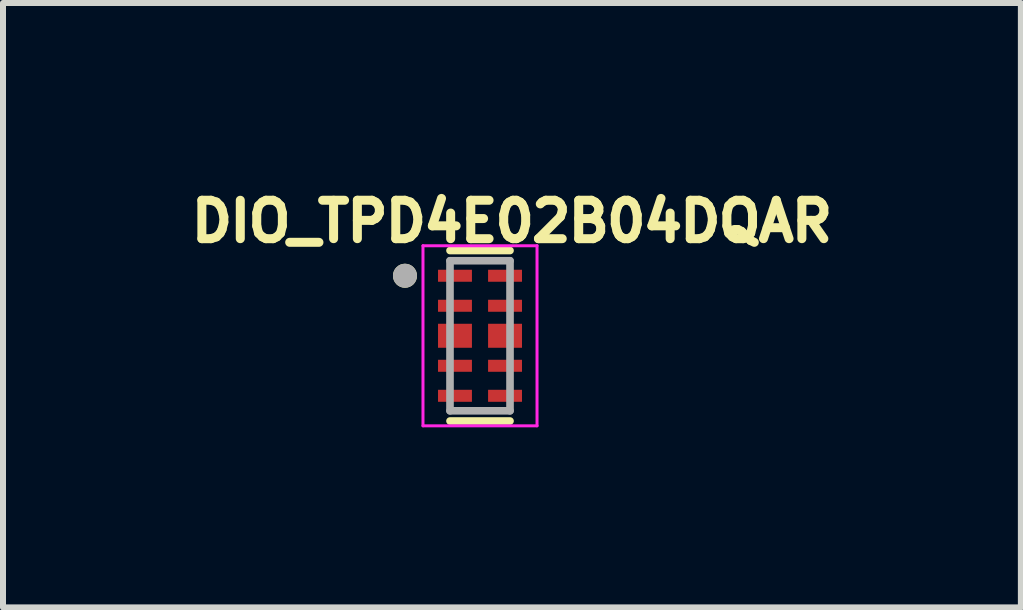
<source format=kicad_pcb>
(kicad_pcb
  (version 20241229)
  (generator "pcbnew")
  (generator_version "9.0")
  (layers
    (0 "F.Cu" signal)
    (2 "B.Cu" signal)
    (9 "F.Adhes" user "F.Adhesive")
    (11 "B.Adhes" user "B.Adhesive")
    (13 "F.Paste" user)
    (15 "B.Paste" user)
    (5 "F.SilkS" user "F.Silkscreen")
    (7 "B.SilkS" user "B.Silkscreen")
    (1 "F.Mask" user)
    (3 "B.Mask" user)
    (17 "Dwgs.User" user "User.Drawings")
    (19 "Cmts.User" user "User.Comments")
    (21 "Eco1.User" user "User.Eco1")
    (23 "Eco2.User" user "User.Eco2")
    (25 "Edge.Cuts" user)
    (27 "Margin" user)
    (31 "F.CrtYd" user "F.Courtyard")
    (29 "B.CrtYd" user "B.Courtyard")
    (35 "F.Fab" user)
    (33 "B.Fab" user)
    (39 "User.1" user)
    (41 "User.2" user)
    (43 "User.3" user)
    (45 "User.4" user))
  (footprint "DIO_TPD4E02B04DQAR"
    (layer "F.Cu")
    (at 4.947 2.544)
    (property "Reference" "DIO_TPD4E02B04DQAR" (at 0.532 -1.906 0) (layer "F.SilkS") (effects (font (size 0.64 0.64) (thickness 0.15))))
    (attr smd)
    (fp_poly (pts (xy -0.77 -1.17) (xy -0.065 -1.17) (xy -0.065 -0.83) (xy -0.77 -0.83)) (stroke (width 0.01) (type solid)) (fill yes) (layer "F.Mask"))
    (fp_poly (pts (xy -0.77 -0.67) (xy -0.065 -0.67) (xy -0.065 -0.33) (xy -0.77 -0.33)) (stroke (width 0.01) (type solid)) (fill yes) (layer "F.Mask"))
    (fp_poly (pts (xy -0.77 -0.27) (xy -0.065 -0.27) (xy -0.065 0.27) (xy -0.77 0.27)) (stroke (width 0.01) (type solid)) (fill yes) (layer "F.Mask"))
    (fp_poly (pts (xy -0.77 0.33) (xy -0.065 0.33) (xy -0.065 0.67) (xy -0.77 0.67)) (stroke (width 0.01) (type solid)) (fill yes) (layer "F.Mask"))
    (fp_poly (pts (xy -0.77 0.83) (xy -0.065 0.83) (xy -0.065 1.17) (xy -0.77 1.17)) (stroke (width 0.01) (type solid)) (fill yes) (layer "F.Mask"))
    (fp_poly (pts (xy 0.065 -1.17) (xy 0.77 -1.17) (xy 0.77 -0.83) (xy 0.065 -0.83)) (stroke (width 0.01) (type solid)) (fill yes) (layer "F.Mask"))
    (fp_poly (pts (xy 0.065 -0.67) (xy 0.77 -0.67) (xy 0.77 -0.33) (xy 0.065 -0.33)) (stroke (width 0.01) (type solid)) (fill yes) (layer "F.Mask"))
    (fp_poly (pts (xy 0.065 -0.27) (xy 0.77 -0.27) (xy 0.77 0.27) (xy 0.065 0.27)) (stroke (width 0.01) (type solid)) (fill yes) (layer "F.Mask"))
    (fp_poly (pts (xy 0.065 0.33) (xy 0.77 0.33) (xy 0.77 0.67) (xy 0.065 0.67)) (stroke (width 0.01) (type solid)) (fill yes) (layer "F.Mask"))
    (fp_poly (pts (xy 0.065 0.83) (xy 0.77 0.83) (xy 0.77 1.17) (xy 0.065 1.17)) (stroke (width 0.01) (type solid)) (fill yes) (layer "F.Mask"))
    (fp_line (start -0.5 1.42) (end 0.5 1.42) (stroke (width 0.127) (type solid)) (layer "F.SilkS"))
    (fp_line (start 0.5 -1.42) (end -0.5 -1.42) (stroke (width 0.127) (type solid)) (layer "F.SilkS"))
    (fp_circle (center -1.25 -1) (end -1.15 -1) (stroke (width 0.2) (type solid)) (fill no) (layer "F.SilkS"))
    (fp_poly (pts (xy -0.7 -0.18) (xy -0.135 -0.18) (xy -0.135 0.18) (xy -0.7 0.18)) (stroke (width 0.01) (type solid)) (fill yes) (layer "F.Paste"))
    (fp_poly (pts (xy 0.135 -0.18) (xy 0.7 -0.18) (xy 0.7 0.18) (xy 0.135 0.18)) (stroke (width 0.01) (type solid)) (fill yes) (layer "F.Paste"))
    (fp_line (start -0.95 -1.5) (end 0.95 -1.5) (stroke (width 0.05) (type solid)) (layer "F.CrtYd"))
    (fp_line (start -0.95 1.5) (end -0.95 -1.5) (stroke (width 0.05) (type solid)) (layer "F.CrtYd"))
    (fp_line (start 0.95 -1.5) (end 0.95 1.5) (stroke (width 0.05) (type solid)) (layer "F.CrtYd"))
    (fp_line (start 0.95 1.5) (end -0.95 1.5) (stroke (width 0.05) (type solid)) (layer "F.CrtYd"))
    (fp_line (start -0.5 -1.25) (end -0.5 1.25) (stroke (width 0.127) (type solid)) (layer "F.Fab"))
    (fp_line (start -0.5 1.25) (end 0.5 1.25) (stroke (width 0.127) (type solid)) (layer "F.Fab"))
    (fp_line (start 0.5 -1.25) (end -0.5 -1.25) (stroke (width 0.127) (type solid)) (layer "F.Fab"))
    (fp_line (start 0.5 1.25) (end 0.5 -1.25) (stroke (width 0.127) (type solid)) (layer "F.Fab"))
    (fp_circle (center -1.25 -1) (end -1.15 -1) (stroke (width 0.2) (type solid)) (fill no) (layer "F.Fab"))
    (pad "1" smd rect (at -0.417 -1) (size 0.565 0.2) (layers "F.Cu" "F.Paste"))
    (pad "2" smd rect (at -0.417 -0.5) (size 0.565 0.2) (layers "F.Cu" "F.Paste"))
    (pad "3" smd rect (at -0.417 0) (size 0.565 0.4) (layers "F.Cu"))
    (pad "4" smd rect (at -0.417 0.5) (size 0.565 0.2) (layers "F.Cu" "F.Paste"))
    (pad "5" smd rect (at -0.417 1) (size 0.565 0.2) (layers "F.Cu" "F.Paste"))
    (pad "6" smd rect (at 0.417 1) (size 0.565 0.2) (layers "F.Cu" "F.Paste"))
    (pad "7" smd rect (at 0.417 0.5) (size 0.565 0.2) (layers "F.Cu" "F.Paste"))
    (pad "8" smd rect (at 0.417 0) (size 0.565 0.4) (layers "F.Cu"))
    (pad "9" smd rect (at 0.417 -0.5) (size 0.565 0.2) (layers "F.Cu" "F.Paste"))
    (pad "10" smd rect (at 0.417 -1) (size 0.565 0.2) (layers "F.Cu" "F.Paste")))
  (gr_rect
    (start -3 -3)
    (end 13.958 7.069)
    (stroke (width 0.1) (type default))
    (fill no)
    (layer "Edge.Cuts")))
</source>
